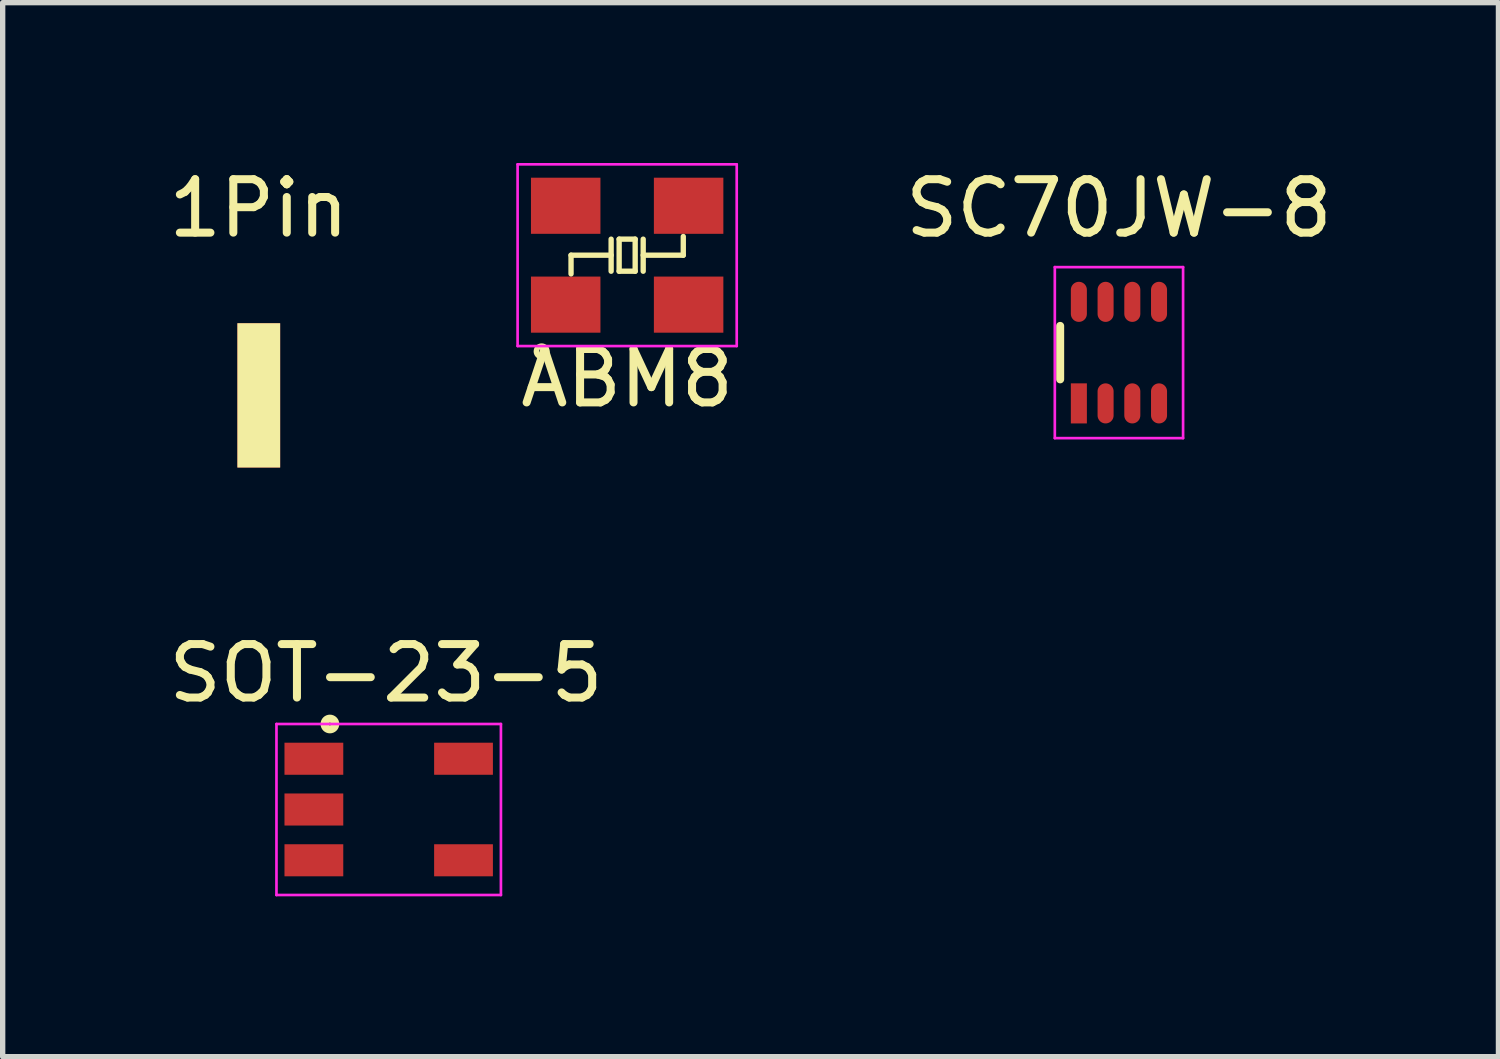
<source format=kicad_pcb>
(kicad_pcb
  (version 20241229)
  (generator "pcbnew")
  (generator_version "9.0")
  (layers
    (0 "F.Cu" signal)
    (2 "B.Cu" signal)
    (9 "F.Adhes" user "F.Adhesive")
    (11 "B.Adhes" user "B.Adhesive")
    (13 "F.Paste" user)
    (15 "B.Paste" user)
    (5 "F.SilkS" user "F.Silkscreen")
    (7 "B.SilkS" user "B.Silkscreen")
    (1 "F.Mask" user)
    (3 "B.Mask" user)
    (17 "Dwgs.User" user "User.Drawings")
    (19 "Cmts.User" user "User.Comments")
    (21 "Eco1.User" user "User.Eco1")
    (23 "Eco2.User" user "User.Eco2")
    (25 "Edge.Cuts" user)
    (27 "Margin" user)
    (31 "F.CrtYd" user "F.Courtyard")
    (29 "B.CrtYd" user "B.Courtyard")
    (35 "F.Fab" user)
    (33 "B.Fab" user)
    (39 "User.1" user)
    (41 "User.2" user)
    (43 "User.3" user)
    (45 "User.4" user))
  (footprint "SOT-23-5"
    (layer "F.Cu")
    (at 4.223 12.097)
    (property "Reference" "SOT-23-5" (at -0.05 -2.55 0) (layer "F.SilkS") (effects (font (size 1 1) (thickness 0.15))))
    (attr smd)
    (fp_circle (center -1.1 -1.6) (end -1 -1.6) (stroke (width 0.15) (type solid)) (fill no) (layer "F.SilkS"))
    (fp_line (start -2.1 -1.6) (end 2.1 -1.6) (stroke (width 0.05) (type solid)) (layer "F.CrtYd"))
    (fp_line (start -2.1 1.6) (end -2.1 -1.6) (stroke (width 0.05) (type solid)) (layer "F.CrtYd"))
    (fp_line (start 2.1 -1.6) (end 2.1 1.6) (stroke (width 0.05) (type solid)) (layer "F.CrtYd"))
    (fp_line (start 2.1 1.6) (end -2.1 1.6) (stroke (width 0.05) (type solid)) (layer "F.CrtYd"))
    (pad "1" smd rect (at -1.4 -0.95) (size 1.1 0.6) (layers "F.Cu" "F.Mask" "F.Paste"))
    (pad "2" smd rect (at -1.4 0) (size 1.1 0.6) (layers "F.Cu" "F.Mask" "F.Paste"))
    (pad "3" smd rect (at -1.4 0.95) (size 1.1 0.6) (layers "F.Cu" "F.Mask" "F.Paste"))
    (pad "4" smd rect (at 1.4 0.95) (size 1.1 0.6) (layers "F.Cu" "F.Mask" "F.Paste"))
    (pad "5" smd rect (at 1.4 -0.95) (size 1.1 0.6) (layers "F.Cu" "F.Mask" "F.Paste")))
  (footprint "1Pin"
    (layer "F.Cu")
    (at 1.792 4.348)
    (property "Reference" "1Pin" (at 0 -3.5 0) (layer "F.SilkS") (effects (font (size 1 1) (thickness 0.15))))
    (attr through_hole)
    (pad "1" smd rect (at 0 0) (size 0.8 2.7) (layers "F.Cu" "F.Mask" "F.SilkS")))
  (footprint "SC70JW-8"
    (layer "F.Cu")
    (at 17.887 3.548)
    (property "Reference" "SC70JW-8" (at 0 -2.7 0) (layer "F.SilkS") (effects (font (size 1 1) (thickness 0.15))))
    (attr smd)
    (fp_line (start -1.1 -0.5) (end -1.1 0.5) (stroke (width 0.15) (type solid)) (layer "F.SilkS"))
    (fp_line (start -1.2 -1.6) (end 1.2 -1.6) (stroke (width 0.05) (type solid)) (layer "F.CrtYd"))
    (fp_line (start -1.2 1.6) (end -1.2 -1.6) (stroke (width 0.05) (type solid)) (layer "F.CrtYd"))
    (fp_line (start 1.2 -1.6) (end 1.2 1.6) (stroke (width 0.05) (type solid)) (layer "F.CrtYd"))
    (fp_line (start 1.2 1.6) (end -1.2 1.6) (stroke (width 0.05) (type solid)) (layer "F.CrtYd"))
    (pad "1" smd rect (at -0.75 0.95) (size 0.3 0.75) (layers "F.Cu" "F.Mask" "F.Paste"))
    (pad "2" smd oval (at -0.25 0.95) (size 0.3 0.75) (layers "F.Cu" "F.Mask" "F.Paste"))
    (pad "3" smd oval (at 0.25 0.95) (size 0.3 0.75) (layers "F.Cu" "F.Mask" "F.Paste"))
    (pad "4" smd oval (at 0.75 0.95) (size 0.3 0.75) (layers "F.Cu" "F.Mask" "F.Paste"))
    (pad "5" smd oval (at 0.75 -0.95) (size 0.3 0.75) (layers "F.Cu" "F.Mask" "F.Paste"))
    (pad "6" smd oval (at 0.25 -0.95) (size 0.3 0.75) (layers "F.Cu" "F.Mask" "F.Paste"))
    (pad "7" smd oval (at -0.25 -0.95) (size 0.3 0.75) (layers "F.Cu" "F.Mask" "F.Paste"))
    (pad "8" smd oval (at -0.75 -0.95) (size 0.3 0.75) (layers "F.Cu" "F.Mask" "F.Paste")))
  (footprint "ABM8"
    (layer "F.Cu")
    (at 8.685 1.725)
    (property "Reference" "ABM8" (at 0 2.3 0) (layer "F.SilkS") (effects (font (size 1 1) (thickness 0.15))))
    (attr through_hole)
    (fp_line (start -1.05 0) (end -1.05 0.35) (stroke (width 0.1) (type solid)) (layer "F.SilkS"))
    (fp_line (start -0.3 -0.3) (end -0.3 0.3) (stroke (width 0.1) (type solid)) (layer "F.SilkS"))
    (fp_line (start -0.3 0) (end -1.05 0) (stroke (width 0.1) (type solid)) (layer "F.SilkS"))
    (fp_line (start -0.15 -0.3) (end 0.15 -0.3) (stroke (width 0.1) (type solid)) (layer "F.SilkS"))
    (fp_line (start -0.15 0.3) (end -0.15 -0.3) (stroke (width 0.1) (type solid)) (layer "F.SilkS"))
    (fp_line (start 0.15 -0.3) (end 0.15 0.3) (stroke (width 0.1) (type solid)) (layer "F.SilkS"))
    (fp_line (start 0.15 0.3) (end -0.15 0.3) (stroke (width 0.1) (type solid)) (layer "F.SilkS"))
    (fp_line (start 0.3 -0.3) (end 0.3 0.3) (stroke (width 0.1) (type solid)) (layer "F.SilkS"))
    (fp_line (start 0.3 0) (end 1.05 0) (stroke (width 0.1) (type solid)) (layer "F.SilkS"))
    (fp_line (start 1.05 0) (end 1.05 -0.35) (stroke (width 0.1) (type solid)) (layer "F.SilkS"))
    (fp_circle (center -1.6 1.8) (end -1.6 1.9) (stroke (width 0.1) (type solid)) (fill no) (layer "F.SilkS"))
    (fp_line (start -2.05 -1.7) (end 2.05 -1.7) (stroke (width 0.05) (type solid)) (layer "F.CrtYd"))
    (fp_line (start -2.05 1.7) (end -2.05 -1.7) (stroke (width 0.05) (type solid)) (layer "F.CrtYd"))
    (fp_line (start 2.05 -1.7) (end 2.05 1.7) (stroke (width 0.05) (type solid)) (layer "F.CrtYd"))
    (fp_line (start 2.05 1.7) (end -2.05 1.7) (stroke (width 0.05) (type solid)) (layer "F.CrtYd"))
    (pad "1" smd rect (at -1.15 0.925) (size 1.3 1.05) (layers "F.Cu" "F.Mask"))
    (pad "2" smd rect (at -1.15 -0.925) (size 1.3 1.05) (layers "F.Cu" "F.Mask"))
    (pad "2" smd rect (at 1.15 0.925) (size 1.3 1.05) (layers "F.Cu" "F.Mask"))
    (pad "3" smd rect (at 1.15 -0.925) (size 1.3 1.05) (layers "F.Cu" "F.Mask")))
  (gr_rect
    (start -3 -3)
    (end 24.988 16.722)
    (stroke (width 0.1) (type default))
    (fill no)
    (layer "Edge.Cuts")))
</source>
